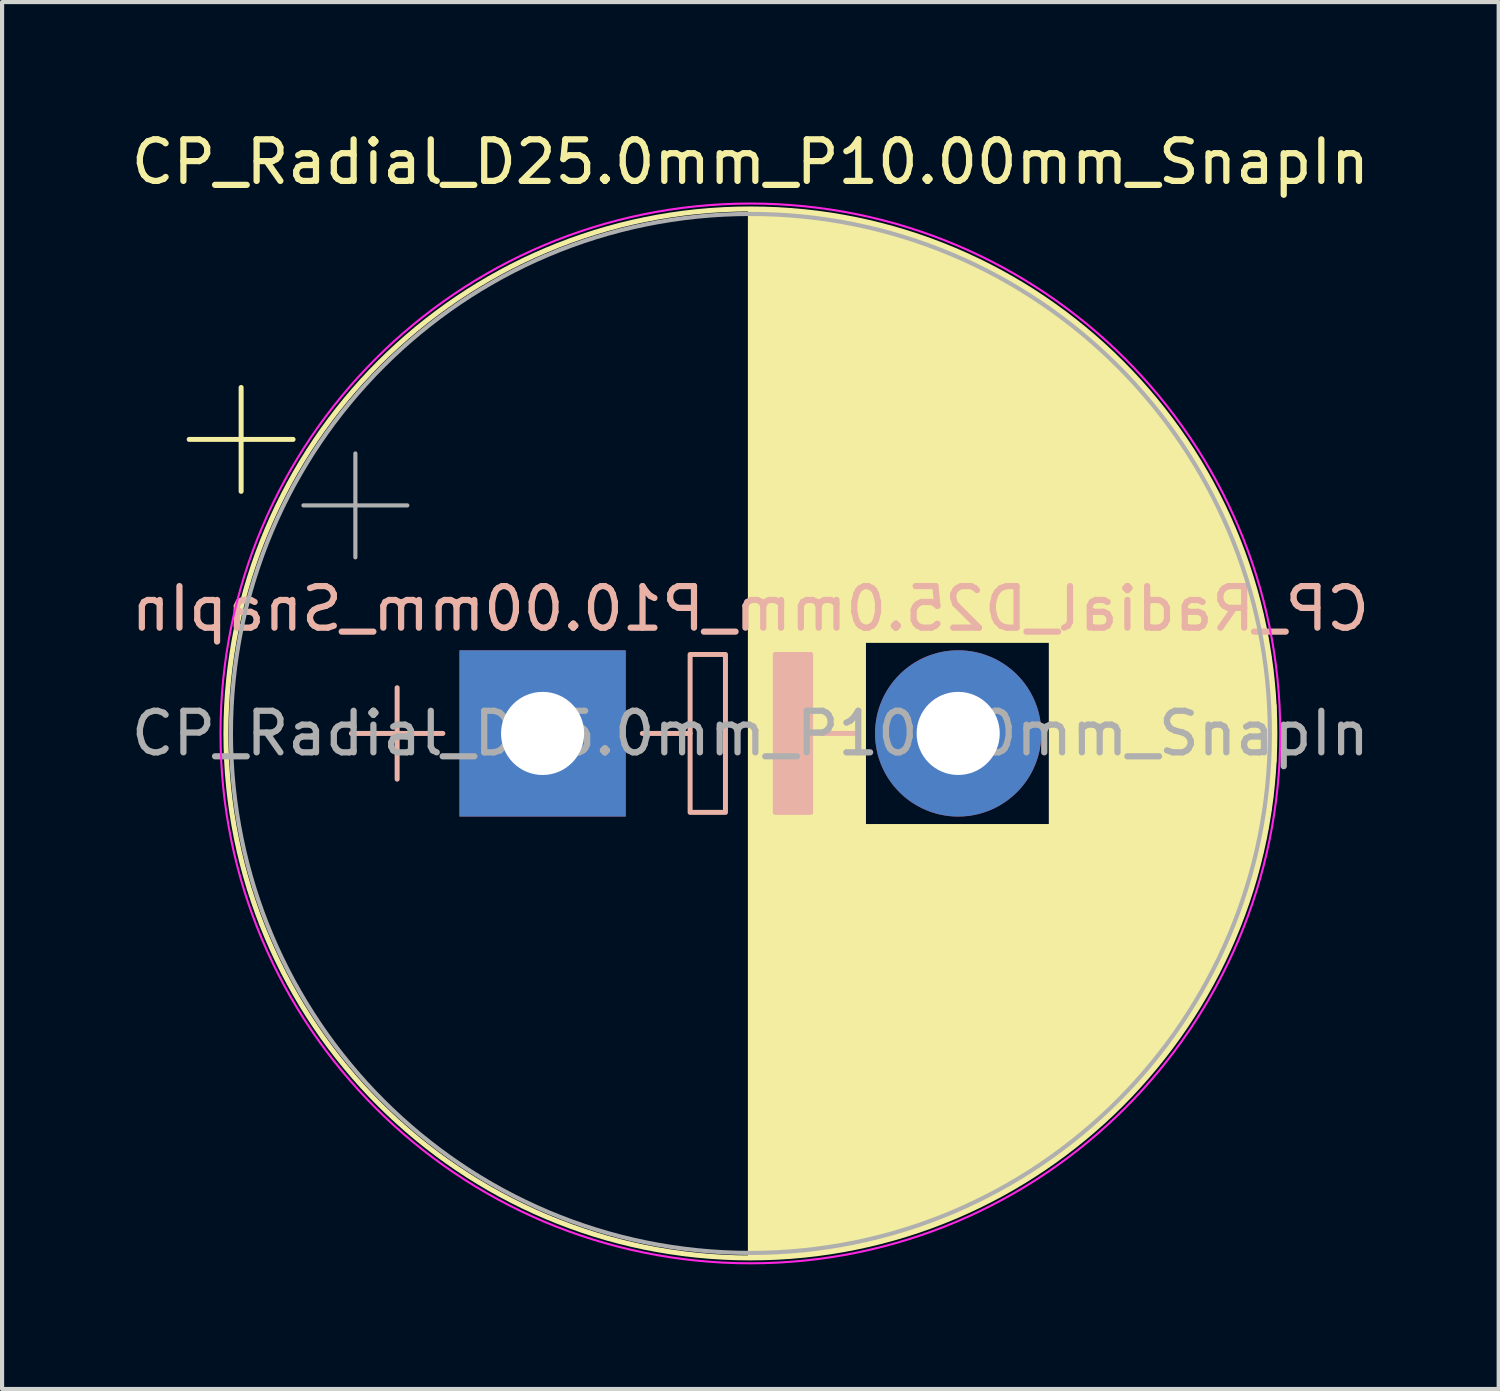
<source format=kicad_pcb>
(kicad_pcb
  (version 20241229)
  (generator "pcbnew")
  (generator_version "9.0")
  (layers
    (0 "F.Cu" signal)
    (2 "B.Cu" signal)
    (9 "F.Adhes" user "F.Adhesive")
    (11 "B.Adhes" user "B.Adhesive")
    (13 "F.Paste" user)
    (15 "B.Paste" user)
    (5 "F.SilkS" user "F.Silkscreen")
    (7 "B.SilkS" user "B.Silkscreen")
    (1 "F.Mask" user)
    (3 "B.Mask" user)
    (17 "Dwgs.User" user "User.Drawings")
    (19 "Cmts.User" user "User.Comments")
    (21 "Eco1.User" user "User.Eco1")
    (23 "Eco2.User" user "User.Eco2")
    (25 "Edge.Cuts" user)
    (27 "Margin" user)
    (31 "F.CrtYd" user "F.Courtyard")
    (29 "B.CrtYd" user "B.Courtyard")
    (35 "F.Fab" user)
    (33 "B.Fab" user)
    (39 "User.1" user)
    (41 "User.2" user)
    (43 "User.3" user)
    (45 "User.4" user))
  (footprint "CP_Radial_D25.0mm_P10.00mm_SnapIn"
    (layer "F.Cu")
    (at 10.006 14.598)
    (property "Reference" "CP_Radial_D25.0mm_P10.00mm_SnapIn" (at 5 -13.75 0) (layer "F.SilkS") (effects (font (size 1 1) (thickness 0.15))))
    (fp_line (start -8.504 -7.075) (end -6.004 -7.075) (stroke (width 0.12) (type solid)) (layer "F.SilkS"))
    (fp_line (start -7.254 -8.325) (end -7.254 -5.825) (stroke (width 0.12) (type solid)) (layer "F.SilkS"))
    (fp_line (start 5 -12.581) (end 5 12.581) (stroke (width 0.12) (type solid)) (layer "F.SilkS"))
    (fp_line (start 5.04 -12.58) (end 5.04 12.58) (stroke (width 0.12) (type solid)) (layer "F.SilkS"))
    (fp_line (start 5.08 -12.58) (end 5.08 12.58) (stroke (width 0.12) (type solid)) (layer "F.SilkS"))
    (fp_line (start 5.12 -12.58) (end 5.12 12.58) (stroke (width 0.12) (type solid)) (layer "F.SilkS"))
    (fp_line (start 5.16 -12.579) (end 5.16 12.579) (stroke (width 0.12) (type solid)) (layer "F.SilkS"))
    (fp_line (start 5.2 -12.579) (end 5.2 12.579) (stroke (width 0.12) (type solid)) (layer "F.SilkS"))
    (fp_line (start 5.24 -12.578) (end 5.24 12.578) (stroke (width 0.12) (type solid)) (layer "F.SilkS"))
    (fp_line (start 5.28 -12.577) (end 5.28 12.577) (stroke (width 0.12) (type solid)) (layer "F.SilkS"))
    (fp_line (start 5.32 -12.576) (end 5.32 12.576) (stroke (width 0.12) (type solid)) (layer "F.SilkS"))
    (fp_line (start 5.36 -12.575) (end 5.36 12.575) (stroke (width 0.12) (type solid)) (layer "F.SilkS"))
    (fp_line (start 5.4 -12.574) (end 5.4 12.574) (stroke (width 0.12) (type solid)) (layer "F.SilkS"))
    (fp_line (start 5.44 -12.573) (end 5.44 12.573) (stroke (width 0.12) (type solid)) (layer "F.SilkS"))
    (fp_line (start 5.48 -12.571) (end 5.48 12.571) (stroke (width 0.12) (type solid)) (layer "F.SilkS"))
    (fp_line (start 5.52 -12.57) (end 5.52 12.57) (stroke (width 0.12) (type solid)) (layer "F.SilkS"))
    (fp_line (start 5.56 -12.568) (end 5.56 12.568) (stroke (width 0.12) (type solid)) (layer "F.SilkS"))
    (fp_line (start 5.6 -12.566) (end 5.6 12.566) (stroke (width 0.12) (type solid)) (layer "F.SilkS"))
    (fp_line (start 5.64 -12.564) (end 5.64 12.564) (stroke (width 0.12) (type solid)) (layer "F.SilkS"))
    (fp_line (start 5.68 -12.562) (end 5.68 12.562) (stroke (width 0.12) (type solid)) (layer "F.SilkS"))
    (fp_line (start 5.721 -12.56) (end 5.721 12.56) (stroke (width 0.12) (type solid)) (layer "F.SilkS"))
    (fp_line (start 5.761 -12.558) (end 5.761 12.558) (stroke (width 0.12) (type solid)) (layer "F.SilkS"))
    (fp_line (start 5.801 -12.555) (end 5.801 12.555) (stroke (width 0.12) (type solid)) (layer "F.SilkS"))
    (fp_line (start 5.841 -12.553) (end 5.841 12.553) (stroke (width 0.12) (type solid)) (layer "F.SilkS"))
    (fp_line (start 5.881 -12.55) (end 5.881 12.55) (stroke (width 0.12) (type solid)) (layer "F.SilkS"))
    (fp_line (start 5.921 -12.547) (end 5.921 12.547) (stroke (width 0.12) (type solid)) (layer "F.SilkS"))
    (fp_line (start 5.961 -12.544) (end 5.961 12.544) (stroke (width 0.12) (type solid)) (layer "F.SilkS"))
    (fp_line (start 6.001 -12.541) (end 6.001 12.541) (stroke (width 0.12) (type solid)) (layer "F.SilkS"))
    (fp_line (start 6.041 -12.538) (end 6.041 12.538) (stroke (width 0.12) (type solid)) (layer "F.SilkS"))
    (fp_line (start 6.081 -12.534) (end 6.081 12.534) (stroke (width 0.12) (type solid)) (layer "F.SilkS"))
    (fp_line (start 6.121 -12.531) (end 6.121 12.531) (stroke (width 0.12) (type solid)) (layer "F.SilkS"))
    (fp_line (start 6.161 -12.527) (end 6.161 12.527) (stroke (width 0.12) (type solid)) (layer "F.SilkS"))
    (fp_line (start 6.201 -12.523) (end 6.201 12.523) (stroke (width 0.12) (type solid)) (layer "F.SilkS"))
    (fp_line (start 6.241 -12.519) (end 6.241 12.519) (stroke (width 0.12) (type solid)) (layer "F.SilkS"))
    (fp_line (start 6.281 -12.515) (end 6.281 12.515) (stroke (width 0.12) (type solid)) (layer "F.SilkS"))
    (fp_line (start 6.321 -12.511) (end 6.321 12.511) (stroke (width 0.12) (type solid)) (layer "F.SilkS"))
    (fp_line (start 6.361 -12.507) (end 6.361 12.507) (stroke (width 0.12) (type solid)) (layer "F.SilkS"))
    (fp_line (start 6.401 -12.503) (end 6.401 12.503) (stroke (width 0.12) (type solid)) (layer "F.SilkS"))
    (fp_line (start 6.441 -12.498) (end 6.441 12.498) (stroke (width 0.12) (type solid)) (layer "F.SilkS"))
    (fp_line (start 6.481 -12.493) (end 6.481 12.493) (stroke (width 0.12) (type solid)) (layer "F.SilkS"))
    (fp_line (start 6.521 -12.489) (end 6.521 12.489) (stroke (width 0.12) (type solid)) (layer "F.SilkS"))
    (fp_line (start 6.561 -12.484) (end 6.561 12.484) (stroke (width 0.12) (type solid)) (layer "F.SilkS"))
    (fp_line (start 6.601 -12.479) (end 6.601 12.479) (stroke (width 0.12) (type solid)) (layer "F.SilkS"))
    (fp_line (start 6.641 -12.473) (end 6.641 12.473) (stroke (width 0.12) (type solid)) (layer "F.SilkS"))
    (fp_line (start 6.681 -12.468) (end 6.681 12.468) (stroke (width 0.12) (type solid)) (layer "F.SilkS"))
    (fp_line (start 6.721 -12.463) (end 6.721 12.463) (stroke (width 0.12) (type solid)) (layer "F.SilkS"))
    (fp_line (start 6.761 -12.457) (end 6.761 12.457) (stroke (width 0.12) (type solid)) (layer "F.SilkS"))
    (fp_line (start 6.801 -12.451) (end 6.801 12.451) (stroke (width 0.12) (type solid)) (layer "F.SilkS"))
    (fp_line (start 6.841 -12.446) (end 6.841 12.446) (stroke (width 0.12) (type solid)) (layer "F.SilkS"))
    (fp_line (start 6.881 -12.44) (end 6.881 12.44) (stroke (width 0.12) (type solid)) (layer "F.SilkS"))
    (fp_line (start 6.921 -12.434) (end 6.921 12.434) (stroke (width 0.12) (type solid)) (layer "F.SilkS"))
    (fp_line (start 6.961 -12.427) (end 6.961 12.427) (stroke (width 0.12) (type solid)) (layer "F.SilkS"))
    (fp_line (start 7.001 -12.421) (end 7.001 12.421) (stroke (width 0.12) (type solid)) (layer "F.SilkS"))
    (fp_line (start 7.041 -12.415) (end 7.041 12.415) (stroke (width 0.12) (type solid)) (layer "F.SilkS"))
    (fp_line (start 7.081 -12.408) (end 7.081 12.408) (stroke (width 0.12) (type solid)) (layer "F.SilkS"))
    (fp_line (start 7.121 -12.401) (end 7.121 12.401) (stroke (width 0.12) (type solid)) (layer "F.SilkS"))
    (fp_line (start 7.161 -12.394) (end 7.161 12.394) (stroke (width 0.12) (type solid)) (layer "F.SilkS"))
    (fp_line (start 7.201 -12.387) (end 7.201 12.387) (stroke (width 0.12) (type solid)) (layer "F.SilkS"))
    (fp_line (start 7.241 -12.38) (end 7.241 12.38) (stroke (width 0.12) (type solid)) (layer "F.SilkS"))
    (fp_line (start 7.281 -12.373) (end 7.281 12.373) (stroke (width 0.12) (type solid)) (layer "F.SilkS"))
    (fp_line (start 7.321 -12.365) (end 7.321 12.365) (stroke (width 0.12) (type solid)) (layer "F.SilkS"))
    (fp_line (start 7.361 -12.358) (end 7.361 12.358) (stroke (width 0.12) (type solid)) (layer "F.SilkS"))
    (fp_line (start 7.401 -12.35) (end 7.401 12.35) (stroke (width 0.12) (type solid)) (layer "F.SilkS"))
    (fp_line (start 7.441 -12.342) (end 7.441 12.342) (stroke (width 0.12) (type solid)) (layer "F.SilkS"))
    (fp_line (start 7.481 -12.334) (end 7.481 12.334) (stroke (width 0.12) (type solid)) (layer "F.SilkS"))
    (fp_line (start 7.521 -12.326) (end 7.521 12.326) (stroke (width 0.12) (type solid)) (layer "F.SilkS"))
    (fp_line (start 7.561 -12.318) (end 7.561 12.318) (stroke (width 0.12) (type solid)) (layer "F.SilkS"))
    (fp_line (start 7.601 -12.31) (end 7.601 12.31) (stroke (width 0.12) (type solid)) (layer "F.SilkS"))
    (fp_line (start 7.641 -12.301) (end 7.641 12.301) (stroke (width 0.12) (type solid)) (layer "F.SilkS"))
    (fp_line (start 7.681 -12.293) (end 7.681 12.293) (stroke (width 0.12) (type solid)) (layer "F.SilkS"))
    (fp_line (start 7.721 -12.284) (end 7.721 12.284) (stroke (width 0.12) (type solid)) (layer "F.SilkS"))
    (fp_line (start 7.761 -12.275) (end 7.761 -2.24) (stroke (width 0.12) (type solid)) (layer "F.SilkS"))
    (fp_line (start 7.761 2.24) (end 7.761 12.275) (stroke (width 0.12) (type solid)) (layer "F.SilkS"))
    (fp_line (start 7.801 -12.266) (end 7.801 -2.24) (stroke (width 0.12) (type solid)) (layer "F.SilkS"))
    (fp_line (start 7.801 2.24) (end 7.801 12.266) (stroke (width 0.12) (type solid)) (layer "F.SilkS"))
    (fp_line (start 7.841 -12.257) (end 7.841 -2.24) (stroke (width 0.12) (type solid)) (layer "F.SilkS"))
    (fp_line (start 7.841 2.24) (end 7.841 12.257) (stroke (width 0.12) (type solid)) (layer "F.SilkS"))
    (fp_line (start 7.881 -12.247) (end 7.881 -2.24) (stroke (width 0.12) (type solid)) (layer "F.SilkS"))
    (fp_line (start 7.881 2.24) (end 7.881 12.247) (stroke (width 0.12) (type solid)) (layer "F.SilkS"))
    (fp_line (start 7.921 -12.238) (end 7.921 -2.24) (stroke (width 0.12) (type solid)) (layer "F.SilkS"))
    (fp_line (start 7.921 2.24) (end 7.921 12.238) (stroke (width 0.12) (type solid)) (layer "F.SilkS"))
    (fp_line (start 7.961 -12.228) (end 7.961 -2.24) (stroke (width 0.12) (type solid)) (layer "F.SilkS"))
    (fp_line (start 7.961 2.24) (end 7.961 12.228) (stroke (width 0.12) (type solid)) (layer "F.SilkS"))
    (fp_line (start 8.001 -12.219) (end 8.001 -2.24) (stroke (width 0.12) (type solid)) (layer "F.SilkS"))
    (fp_line (start 8.001 2.24) (end 8.001 12.219) (stroke (width 0.12) (type solid)) (layer "F.SilkS"))
    (fp_line (start 8.041 -12.209) (end 8.041 -2.24) (stroke (width 0.12) (type solid)) (layer "F.SilkS"))
    (fp_line (start 8.041 2.24) (end 8.041 12.209) (stroke (width 0.12) (type solid)) (layer "F.SilkS"))
    (fp_line (start 8.081 -12.199) (end 8.081 -2.24) (stroke (width 0.12) (type solid)) (layer "F.SilkS"))
    (fp_line (start 8.081 2.24) (end 8.081 12.199) (stroke (width 0.12) (type solid)) (layer "F.SilkS"))
    (fp_line (start 8.121 -12.189) (end 8.121 -2.24) (stroke (width 0.12) (type solid)) (layer "F.SilkS"))
    (fp_line (start 8.121 2.24) (end 8.121 12.189) (stroke (width 0.12) (type solid)) (layer "F.SilkS"))
    (fp_line (start 8.161 -12.178) (end 8.161 -2.24) (stroke (width 0.12) (type solid)) (layer "F.SilkS"))
    (fp_line (start 8.161 2.24) (end 8.161 12.178) (stroke (width 0.12) (type solid)) (layer "F.SilkS"))
    (fp_line (start 8.201 -12.168) (end 8.201 -2.24) (stroke (width 0.12) (type solid)) (layer "F.SilkS"))
    (fp_line (start 8.201 2.24) (end 8.201 12.168) (stroke (width 0.12) (type solid)) (layer "F.SilkS"))
    (fp_line (start 8.241 -12.157) (end 8.241 -2.24) (stroke (width 0.12) (type solid)) (layer "F.SilkS"))
    (fp_line (start 8.241 2.24) (end 8.241 12.157) (stroke (width 0.12) (type solid)) (layer "F.SilkS"))
    (fp_line (start 8.281 -12.147) (end 8.281 -2.24) (stroke (width 0.12) (type solid)) (layer "F.SilkS"))
    (fp_line (start 8.281 2.24) (end 8.281 12.147) (stroke (width 0.12) (type solid)) (layer "F.SilkS"))
    (fp_line (start 8.321 -12.136) (end 8.321 -2.24) (stroke (width 0.12) (type solid)) (layer "F.SilkS"))
    (fp_line (start 8.321 2.24) (end 8.321 12.136) (stroke (width 0.12) (type solid)) (layer "F.SilkS"))
    (fp_line (start 8.361 -12.125) (end 8.361 -2.24) (stroke (width 0.12) (type solid)) (layer "F.SilkS"))
    (fp_line (start 8.361 2.24) (end 8.361 12.125) (stroke (width 0.12) (type solid)) (layer "F.SilkS"))
    (fp_line (start 8.401 -12.114) (end 8.401 -2.24) (stroke (width 0.12) (type solid)) (layer "F.SilkS"))
    (fp_line (start 8.401 2.24) (end 8.401 12.114) (stroke (width 0.12) (type solid)) (layer "F.SilkS"))
    (fp_line (start 8.441 -12.103) (end 8.441 -2.24) (stroke (width 0.12) (type solid)) (layer "F.SilkS"))
    (fp_line (start 8.441 2.24) (end 8.441 12.103) (stroke (width 0.12) (type solid)) (layer "F.SilkS"))
    (fp_line (start 8.481 -12.091) (end 8.481 -2.24) (stroke (width 0.12) (type solid)) (layer "F.SilkS"))
    (fp_line (start 8.481 2.24) (end 8.481 12.091) (stroke (width 0.12) (type solid)) (layer "F.SilkS"))
    (fp_line (start 8.521 -12.08) (end 8.521 -2.24) (stroke (width 0.12) (type solid)) (layer "F.SilkS"))
    (fp_line (start 8.521 2.24) (end 8.521 12.08) (stroke (width 0.12) (type solid)) (layer "F.SilkS"))
    (fp_line (start 8.561 -12.068) (end 8.561 -2.24) (stroke (width 0.12) (type solid)) (layer "F.SilkS"))
    (fp_line (start 8.561 2.24) (end 8.561 12.068) (stroke (width 0.12) (type solid)) (layer "F.SilkS"))
    (fp_line (start 8.601 -12.056) (end 8.601 -2.24) (stroke (width 0.12) (type solid)) (layer "F.SilkS"))
    (fp_line (start 8.601 2.24) (end 8.601 12.056) (stroke (width 0.12) (type solid)) (layer "F.SilkS"))
    (fp_line (start 8.641 -12.044) (end 8.641 -2.24) (stroke (width 0.12) (type solid)) (layer "F.SilkS"))
    (fp_line (start 8.641 2.24) (end 8.641 12.044) (stroke (width 0.12) (type solid)) (layer "F.SilkS"))
    (fp_line (start 8.681 -12.032) (end 8.681 -2.24) (stroke (width 0.12) (type solid)) (layer "F.SilkS"))
    (fp_line (start 8.681 2.24) (end 8.681 12.032) (stroke (width 0.12) (type solid)) (layer "F.SilkS"))
    (fp_line (start 8.721 -12.02) (end 8.721 -2.24) (stroke (width 0.12) (type solid)) (layer "F.SilkS"))
    (fp_line (start 8.721 2.24) (end 8.721 12.02) (stroke (width 0.12) (type solid)) (layer "F.SilkS"))
    (fp_line (start 8.761 -12.007) (end 8.761 -2.24) (stroke (width 0.12) (type solid)) (layer "F.SilkS"))
    (fp_line (start 8.761 2.24) (end 8.761 12.007) (stroke (width 0.12) (type solid)) (layer "F.SilkS"))
    (fp_line (start 8.801 -11.995) (end 8.801 -2.24) (stroke (width 0.12) (type solid)) (layer "F.SilkS"))
    (fp_line (start 8.801 2.24) (end 8.801 11.995) (stroke (width 0.12) (type solid)) (layer "F.SilkS"))
    (fp_line (start 8.841 -11.982) (end 8.841 -2.24) (stroke (width 0.12) (type solid)) (layer "F.SilkS"))
    (fp_line (start 8.841 2.24) (end 8.841 11.982) (stroke (width 0.12) (type solid)) (layer "F.SilkS"))
    (fp_line (start 8.881 -11.969) (end 8.881 -2.24) (stroke (width 0.12) (type solid)) (layer "F.SilkS"))
    (fp_line (start 8.881 2.24) (end 8.881 11.969) (stroke (width 0.12) (type solid)) (layer "F.SilkS"))
    (fp_line (start 8.921 -11.956) (end 8.921 -2.24) (stroke (width 0.12) (type solid)) (layer "F.SilkS"))
    (fp_line (start 8.921 2.24) (end 8.921 11.956) (stroke (width 0.12) (type solid)) (layer "F.SilkS"))
    (fp_line (start 8.961 -11.943) (end 8.961 -2.24) (stroke (width 0.12) (type solid)) (layer "F.SilkS"))
    (fp_line (start 8.961 2.24) (end 8.961 11.943) (stroke (width 0.12) (type solid)) (layer "F.SilkS"))
    (fp_line (start 9.001 -11.93) (end 9.001 -2.24) (stroke (width 0.12) (type solid)) (layer "F.SilkS"))
    (fp_line (start 9.001 2.24) (end 9.001 11.93) (stroke (width 0.12) (type solid)) (layer "F.SilkS"))
    (fp_line (start 9.041 -11.916) (end 9.041 -2.24) (stroke (width 0.12) (type solid)) (layer "F.SilkS"))
    (fp_line (start 9.041 2.24) (end 9.041 11.916) (stroke (width 0.12) (type solid)) (layer "F.SilkS"))
    (fp_line (start 9.081 -11.903) (end 9.081 -2.24) (stroke (width 0.12) (type solid)) (layer "F.SilkS"))
    (fp_line (start 9.081 2.24) (end 9.081 11.903) (stroke (width 0.12) (type solid)) (layer "F.SilkS"))
    (fp_line (start 9.121 -11.889) (end 9.121 -2.24) (stroke (width 0.12) (type solid)) (layer "F.SilkS"))
    (fp_line (start 9.121 2.24) (end 9.121 11.889) (stroke (width 0.12) (type solid)) (layer "F.SilkS"))
    (fp_line (start 9.161 -11.875) (end 9.161 -2.24) (stroke (width 0.12) (type solid)) (layer "F.SilkS"))
    (fp_line (start 9.161 2.24) (end 9.161 11.875) (stroke (width 0.12) (type solid)) (layer "F.SilkS"))
    (fp_line (start 9.201 -11.861) (end 9.201 -2.24) (stroke (width 0.12) (type solid)) (layer "F.SilkS"))
    (fp_line (start 9.201 2.24) (end 9.201 11.861) (stroke (width 0.12) (type solid)) (layer "F.SilkS"))
    (fp_line (start 9.241 -11.847) (end 9.241 -2.24) (stroke (width 0.12) (type solid)) (layer "F.SilkS"))
    (fp_line (start 9.241 2.24) (end 9.241 11.847) (stroke (width 0.12) (type solid)) (layer "F.SilkS"))
    (fp_line (start 9.281 -11.833) (end 9.281 -2.24) (stroke (width 0.12) (type solid)) (layer "F.SilkS"))
    (fp_line (start 9.281 2.24) (end 9.281 11.833) (stroke (width 0.12) (type solid)) (layer "F.SilkS"))
    (fp_line (start 9.321 -11.818) (end 9.321 -2.24) (stroke (width 0.12) (type solid)) (layer "F.SilkS"))
    (fp_line (start 9.321 2.24) (end 9.321 11.818) (stroke (width 0.12) (type solid)) (layer "F.SilkS"))
    (fp_line (start 9.361 -11.803) (end 9.361 -2.24) (stroke (width 0.12) (type solid)) (layer "F.SilkS"))
    (fp_line (start 9.361 2.24) (end 9.361 11.803) (stroke (width 0.12) (type solid)) (layer "F.SilkS"))
    (fp_line (start 9.401 -11.789) (end 9.401 -2.24) (stroke (width 0.12) (type solid)) (layer "F.SilkS"))
    (fp_line (start 9.401 2.24) (end 9.401 11.789) (stroke (width 0.12) (type solid)) (layer "F.SilkS"))
    (fp_line (start 9.441 -11.774) (end 9.441 -2.24) (stroke (width 0.12) (type solid)) (layer "F.SilkS"))
    (fp_line (start 9.441 2.24) (end 9.441 11.774) (stroke (width 0.12) (type solid)) (layer "F.SilkS"))
    (fp_line (start 9.481 -11.759) (end 9.481 -2.24) (stroke (width 0.12) (type solid)) (layer "F.SilkS"))
    (fp_line (start 9.481 2.24) (end 9.481 11.759) (stroke (width 0.12) (type solid)) (layer "F.SilkS"))
    (fp_line (start 9.521 -11.743) (end 9.521 -2.24) (stroke (width 0.12) (type solid)) (layer "F.SilkS"))
    (fp_line (start 9.521 2.24) (end 9.521 11.743) (stroke (width 0.12) (type solid)) (layer "F.SilkS"))
    (fp_line (start 9.561 -11.728) (end 9.561 -2.24) (stroke (width 0.12) (type solid)) (layer "F.SilkS"))
    (fp_line (start 9.561 2.24) (end 9.561 11.728) (stroke (width 0.12) (type solid)) (layer "F.SilkS"))
    (fp_line (start 9.601 -11.712) (end 9.601 -2.24) (stroke (width 0.12) (type solid)) (layer "F.SilkS"))
    (fp_line (start 9.601 2.24) (end 9.601 11.712) (stroke (width 0.12) (type solid)) (layer "F.SilkS"))
    (fp_line (start 9.641 -11.697) (end 9.641 -2.24) (stroke (width 0.12) (type solid)) (layer "F.SilkS"))
    (fp_line (start 9.641 2.24) (end 9.641 11.697) (stroke (width 0.12) (type solid)) (layer "F.SilkS"))
    (fp_line (start 9.681 -11.681) (end 9.681 -2.24) (stroke (width 0.12) (type solid)) (layer "F.SilkS"))
    (fp_line (start 9.681 2.24) (end 9.681 11.681) (stroke (width 0.12) (type solid)) (layer "F.SilkS"))
    (fp_line (start 9.721 -11.665) (end 9.721 -2.24) (stroke (width 0.12) (type solid)) (layer "F.SilkS"))
    (fp_line (start 9.721 2.24) (end 9.721 11.665) (stroke (width 0.12) (type solid)) (layer "F.SilkS"))
    (fp_line (start 9.761 -11.648) (end 9.761 -2.24) (stroke (width 0.12) (type solid)) (layer "F.SilkS"))
    (fp_line (start 9.761 2.24) (end 9.761 11.648) (stroke (width 0.12) (type solid)) (layer "F.SilkS"))
    (fp_line (start 9.801 -11.632) (end 9.801 -2.24) (stroke (width 0.12) (type solid)) (layer "F.SilkS"))
    (fp_line (start 9.801 2.24) (end 9.801 11.632) (stroke (width 0.12) (type solid)) (layer "F.SilkS"))
    (fp_line (start 9.841 -11.615) (end 9.841 -2.24) (stroke (width 0.12) (type solid)) (layer "F.SilkS"))
    (fp_line (start 9.841 2.24) (end 9.841 11.615) (stroke (width 0.12) (type solid)) (layer "F.SilkS"))
    (fp_line (start 9.881 -11.599) (end 9.881 -2.24) (stroke (width 0.12) (type solid)) (layer "F.SilkS"))
    (fp_line (start 9.881 2.24) (end 9.881 11.599) (stroke (width 0.12) (type solid)) (layer "F.SilkS"))
    (fp_line (start 9.921 -11.582) (end 9.921 -2.24) (stroke (width 0.12) (type solid)) (layer "F.SilkS"))
    (fp_line (start 9.921 2.24) (end 9.921 11.582) (stroke (width 0.12) (type solid)) (layer "F.SilkS"))
    (fp_line (start 9.961 -11.565) (end 9.961 -2.24) (stroke (width 0.12) (type solid)) (layer "F.SilkS"))
    (fp_line (start 9.961 2.24) (end 9.961 11.565) (stroke (width 0.12) (type solid)) (layer "F.SilkS"))
    (fp_line (start 10.001 -11.548) (end 10.001 -2.24) (stroke (width 0.12) (type solid)) (layer "F.SilkS"))
    (fp_line (start 10.001 2.24) (end 10.001 11.548) (stroke (width 0.12) (type solid)) (layer "F.SilkS"))
    (fp_line (start 10.041 -11.53) (end 10.041 -2.24) (stroke (width 0.12) (type solid)) (layer "F.SilkS"))
    (fp_line (start 10.041 2.24) (end 10.041 11.53) (stroke (width 0.12) (type solid)) (layer "F.SilkS"))
    (fp_line (start 10.081 -11.513) (end 10.081 -2.24) (stroke (width 0.12) (type solid)) (layer "F.SilkS"))
    (fp_line (start 10.081 2.24) (end 10.081 11.513) (stroke (width 0.12) (type solid)) (layer "F.SilkS"))
    (fp_line (start 10.121 -11.495) (end 10.121 -2.24) (stroke (width 0.12) (type solid)) (layer "F.SilkS"))
    (fp_line (start 10.121 2.24) (end 10.121 11.495) (stroke (width 0.12) (type solid)) (layer "F.SilkS"))
    (fp_line (start 10.161 -11.477) (end 10.161 -2.24) (stroke (width 0.12) (type solid)) (layer "F.SilkS"))
    (fp_line (start 10.161 2.24) (end 10.161 11.477) (stroke (width 0.12) (type solid)) (layer "F.SilkS"))
    (fp_line (start 10.201 -11.459) (end 10.201 -2.24) (stroke (width 0.12) (type solid)) (layer "F.SilkS"))
    (fp_line (start 10.201 2.24) (end 10.201 11.459) (stroke (width 0.12) (type solid)) (layer "F.SilkS"))
    (fp_line (start 10.241 -11.441) (end 10.241 -2.24) (stroke (width 0.12) (type solid)) (layer "F.SilkS"))
    (fp_line (start 10.241 2.24) (end 10.241 11.441) (stroke (width 0.12) (type solid)) (layer "F.SilkS"))
    (fp_line (start 10.281 -11.423) (end 10.281 -2.24) (stroke (width 0.12) (type solid)) (layer "F.SilkS"))
    (fp_line (start 10.281 2.24) (end 10.281 11.423) (stroke (width 0.12) (type solid)) (layer "F.SilkS"))
    (fp_line (start 10.321 -11.404) (end 10.321 -2.24) (stroke (width 0.12) (type solid)) (layer "F.SilkS"))
    (fp_line (start 10.321 2.24) (end 10.321 11.404) (stroke (width 0.12) (type solid)) (layer "F.SilkS"))
    (fp_line (start 10.361 -11.386) (end 10.361 -2.24) (stroke (width 0.12) (type solid)) (layer "F.SilkS"))
    (fp_line (start 10.361 2.24) (end 10.361 11.386) (stroke (width 0.12) (type solid)) (layer "F.SilkS"))
    (fp_line (start 10.401 -11.367) (end 10.401 -2.24) (stroke (width 0.12) (type solid)) (layer "F.SilkS"))
    (fp_line (start 10.401 2.24) (end 10.401 11.367) (stroke (width 0.12) (type solid)) (layer "F.SilkS"))
    (fp_line (start 10.441 -11.348) (end 10.441 -2.24) (stroke (width 0.12) (type solid)) (layer "F.SilkS"))
    (fp_line (start 10.441 2.24) (end 10.441 11.348) (stroke (width 0.12) (type solid)) (layer "F.SilkS"))
    (fp_line (start 10.481 -11.329) (end 10.481 -2.24) (stroke (width 0.12) (type solid)) (layer "F.SilkS"))
    (fp_line (start 10.481 2.24) (end 10.481 11.329) (stroke (width 0.12) (type solid)) (layer "F.SilkS"))
    (fp_line (start 10.521 -11.309) (end 10.521 -2.24) (stroke (width 0.12) (type solid)) (layer "F.SilkS"))
    (fp_line (start 10.521 2.24) (end 10.521 11.309) (stroke (width 0.12) (type solid)) (layer "F.SilkS"))
    (fp_line (start 10.561 -11.29) (end 10.561 -2.24) (stroke (width 0.12) (type solid)) (layer "F.SilkS"))
    (fp_line (start 10.561 2.24) (end 10.561 11.29) (stroke (width 0.12) (type solid)) (layer "F.SilkS"))
    (fp_line (start 10.601 -11.27) (end 10.601 -2.24) (stroke (width 0.12) (type solid)) (layer "F.SilkS"))
    (fp_line (start 10.601 2.24) (end 10.601 11.27) (stroke (width 0.12) (type solid)) (layer "F.SilkS"))
    (fp_line (start 10.641 -11.25) (end 10.641 -2.24) (stroke (width 0.12) (type solid)) (layer "F.SilkS"))
    (fp_line (start 10.641 2.24) (end 10.641 11.25) (stroke (width 0.12) (type solid)) (layer "F.SilkS"))
    (fp_line (start 10.681 -11.23) (end 10.681 -2.24) (stroke (width 0.12) (type solid)) (layer "F.SilkS"))
    (fp_line (start 10.681 2.24) (end 10.681 11.23) (stroke (width 0.12) (type solid)) (layer "F.SilkS"))
    (fp_line (start 10.721 -11.21) (end 10.721 -2.24) (stroke (width 0.12) (type solid)) (layer "F.SilkS"))
    (fp_line (start 10.721 2.24) (end 10.721 11.21) (stroke (width 0.12) (type solid)) (layer "F.SilkS"))
    (fp_line (start 10.761 -11.189) (end 10.761 -2.24) (stroke (width 0.12) (type solid)) (layer "F.SilkS"))
    (fp_line (start 10.761 2.24) (end 10.761 11.189) (stroke (width 0.12) (type solid)) (layer "F.SilkS"))
    (fp_line (start 10.801 -11.169) (end 10.801 -2.24) (stroke (width 0.12) (type solid)) (layer "F.SilkS"))
    (fp_line (start 10.801 2.24) (end 10.801 11.169) (stroke (width 0.12) (type solid)) (layer "F.SilkS"))
    (fp_line (start 10.841 -11.148) (end 10.841 -2.24) (stroke (width 0.12) (type solid)) (layer "F.SilkS"))
    (fp_line (start 10.841 2.24) (end 10.841 11.148) (stroke (width 0.12) (type solid)) (layer "F.SilkS"))
    (fp_line (start 10.881 -11.127) (end 10.881 -2.24) (stroke (width 0.12) (type solid)) (layer "F.SilkS"))
    (fp_line (start 10.881 2.24) (end 10.881 11.127) (stroke (width 0.12) (type solid)) (layer "F.SilkS"))
    (fp_line (start 10.921 -11.106) (end 10.921 -2.24) (stroke (width 0.12) (type solid)) (layer "F.SilkS"))
    (fp_line (start 10.921 2.24) (end 10.921 11.106) (stroke (width 0.12) (type solid)) (layer "F.SilkS"))
    (fp_line (start 10.961 -11.084) (end 10.961 -2.24) (stroke (width 0.12) (type solid)) (layer "F.SilkS"))
    (fp_line (start 10.961 2.24) (end 10.961 11.084) (stroke (width 0.12) (type solid)) (layer "F.SilkS"))
    (fp_line (start 11.001 -11.063) (end 11.001 -2.24) (stroke (width 0.12) (type solid)) (layer "F.SilkS"))
    (fp_line (start 11.001 2.24) (end 11.001 11.063) (stroke (width 0.12) (type solid)) (layer "F.SilkS"))
    (fp_line (start 11.041 -11.041) (end 11.041 -2.24) (stroke (width 0.12) (type solid)) (layer "F.SilkS"))
    (fp_line (start 11.041 2.24) (end 11.041 11.041) (stroke (width 0.12) (type solid)) (layer "F.SilkS"))
    (fp_line (start 11.081 -11.019) (end 11.081 -2.24) (stroke (width 0.12) (type solid)) (layer "F.SilkS"))
    (fp_line (start 11.081 2.24) (end 11.081 11.019) (stroke (width 0.12) (type solid)) (layer "F.SilkS"))
    (fp_line (start 11.121 -10.997) (end 11.121 -2.24) (stroke (width 0.12) (type solid)) (layer "F.SilkS"))
    (fp_line (start 11.121 2.24) (end 11.121 10.997) (stroke (width 0.12) (type solid)) (layer "F.SilkS"))
    (fp_line (start 11.161 -10.975) (end 11.161 -2.24) (stroke (width 0.12) (type solid)) (layer "F.SilkS"))
    (fp_line (start 11.161 2.24) (end 11.161 10.975) (stroke (width 0.12) (type solid)) (layer "F.SilkS"))
    (fp_line (start 11.201 -10.953) (end 11.201 -2.24) (stroke (width 0.12) (type solid)) (layer "F.SilkS"))
    (fp_line (start 11.201 2.24) (end 11.201 10.953) (stroke (width 0.12) (type solid)) (layer "F.SilkS"))
    (fp_line (start 11.241 -10.93) (end 11.241 -2.24) (stroke (width 0.12) (type solid)) (layer "F.SilkS"))
    (fp_line (start 11.241 2.24) (end 11.241 10.93) (stroke (width 0.12) (type solid)) (layer "F.SilkS"))
    (fp_line (start 11.281 -10.907) (end 11.281 -2.24) (stroke (width 0.12) (type solid)) (layer "F.SilkS"))
    (fp_line (start 11.281 2.24) (end 11.281 10.907) (stroke (width 0.12) (type solid)) (layer "F.SilkS"))
    (fp_line (start 11.321 -10.884) (end 11.321 -2.24) (stroke (width 0.12) (type solid)) (layer "F.SilkS"))
    (fp_line (start 11.321 2.24) (end 11.321 10.884) (stroke (width 0.12) (type solid)) (layer "F.SilkS"))
    (fp_line (start 11.361 -10.861) (end 11.361 -2.24) (stroke (width 0.12) (type solid)) (layer "F.SilkS"))
    (fp_line (start 11.361 2.24) (end 11.361 10.861) (stroke (width 0.12) (type solid)) (layer "F.SilkS"))
    (fp_line (start 11.401 -10.837) (end 11.401 -2.24) (stroke (width 0.12) (type solid)) (layer "F.SilkS"))
    (fp_line (start 11.401 2.24) (end 11.401 10.837) (stroke (width 0.12) (type solid)) (layer "F.SilkS"))
    (fp_line (start 11.441 -10.814) (end 11.441 -2.24) (stroke (width 0.12) (type solid)) (layer "F.SilkS"))
    (fp_line (start 11.441 2.24) (end 11.441 10.814) (stroke (width 0.12) (type solid)) (layer "F.SilkS"))
    (fp_line (start 11.481 -10.79) (end 11.481 -2.24) (stroke (width 0.12) (type solid)) (layer "F.SilkS"))
    (fp_line (start 11.481 2.24) (end 11.481 10.79) (stroke (width 0.12) (type solid)) (layer "F.SilkS"))
    (fp_line (start 11.521 -10.766) (end 11.521 -2.24) (stroke (width 0.12) (type solid)) (layer "F.SilkS"))
    (fp_line (start 11.521 2.24) (end 11.521 10.766) (stroke (width 0.12) (type solid)) (layer "F.SilkS"))
    (fp_line (start 11.561 -10.742) (end 11.561 -2.24) (stroke (width 0.12) (type solid)) (layer "F.SilkS"))
    (fp_line (start 11.561 2.24) (end 11.561 10.742) (stroke (width 0.12) (type solid)) (layer "F.SilkS"))
    (fp_line (start 11.601 -10.717) (end 11.601 -2.24) (stroke (width 0.12) (type solid)) (layer "F.SilkS"))
    (fp_line (start 11.601 2.24) (end 11.601 10.717) (stroke (width 0.12) (type solid)) (layer "F.SilkS"))
    (fp_line (start 11.641 -10.692) (end 11.641 -2.24) (stroke (width 0.12) (type solid)) (layer "F.SilkS"))
    (fp_line (start 11.641 2.24) (end 11.641 10.692) (stroke (width 0.12) (type solid)) (layer "F.SilkS"))
    (fp_line (start 11.681 -10.668) (end 11.681 -2.24) (stroke (width 0.12) (type solid)) (layer "F.SilkS"))
    (fp_line (start 11.681 2.24) (end 11.681 10.668) (stroke (width 0.12) (type solid)) (layer "F.SilkS"))
    (fp_line (start 11.721 -10.643) (end 11.721 -2.24) (stroke (width 0.12) (type solid)) (layer "F.SilkS"))
    (fp_line (start 11.721 2.24) (end 11.721 10.643) (stroke (width 0.12) (type solid)) (layer "F.SilkS"))
    (fp_line (start 11.761 -10.617) (end 11.761 -2.24) (stroke (width 0.12) (type solid)) (layer "F.SilkS"))
    (fp_line (start 11.761 2.24) (end 11.761 10.617) (stroke (width 0.12) (type solid)) (layer "F.SilkS"))
    (fp_line (start 11.801 -10.592) (end 11.801 -2.24) (stroke (width 0.12) (type solid)) (layer "F.SilkS"))
    (fp_line (start 11.801 2.24) (end 11.801 10.592) (stroke (width 0.12) (type solid)) (layer "F.SilkS"))
    (fp_line (start 11.841 -10.566) (end 11.841 -2.24) (stroke (width 0.12) (type solid)) (layer "F.SilkS"))
    (fp_line (start 11.841 2.24) (end 11.841 10.566) (stroke (width 0.12) (type solid)) (layer "F.SilkS"))
    (fp_line (start 11.881 -10.54) (end 11.881 -2.24) (stroke (width 0.12) (type solid)) (layer "F.SilkS"))
    (fp_line (start 11.881 2.24) (end 11.881 10.54) (stroke (width 0.12) (type solid)) (layer "F.SilkS"))
    (fp_line (start 11.921 -10.514) (end 11.921 -2.24) (stroke (width 0.12) (type solid)) (layer "F.SilkS"))
    (fp_line (start 11.921 2.24) (end 11.921 10.514) (stroke (width 0.12) (type solid)) (layer "F.SilkS"))
    (fp_line (start 11.961 -10.488) (end 11.961 -2.24) (stroke (width 0.12) (type solid)) (layer "F.SilkS"))
    (fp_line (start 11.961 2.24) (end 11.961 10.488) (stroke (width 0.12) (type solid)) (layer "F.SilkS"))
    (fp_line (start 12.001 -10.461) (end 12.001 -2.24) (stroke (width 0.12) (type solid)) (layer "F.SilkS"))
    (fp_line (start 12.001 2.24) (end 12.001 10.461) (stroke (width 0.12) (type solid)) (layer "F.SilkS"))
    (fp_line (start 12.041 -10.434) (end 12.041 -2.24) (stroke (width 0.12) (type solid)) (layer "F.SilkS"))
    (fp_line (start 12.041 2.24) (end 12.041 10.434) (stroke (width 0.12) (type solid)) (layer "F.SilkS"))
    (fp_line (start 12.081 -10.407) (end 12.081 -2.24) (stroke (width 0.12) (type solid)) (layer "F.SilkS"))
    (fp_line (start 12.081 2.24) (end 12.081 10.407) (stroke (width 0.12) (type solid)) (layer "F.SilkS"))
    (fp_line (start 12.121 -10.38) (end 12.121 -2.24) (stroke (width 0.12) (type solid)) (layer "F.SilkS"))
    (fp_line (start 12.121 2.24) (end 12.121 10.38) (stroke (width 0.12) (type solid)) (layer "F.SilkS"))
    (fp_line (start 12.161 -10.353) (end 12.161 -2.24) (stroke (width 0.12) (type solid)) (layer "F.SilkS"))
    (fp_line (start 12.161 2.24) (end 12.161 10.353) (stroke (width 0.12) (type solid)) (layer "F.SilkS"))
    (fp_line (start 12.201 -10.325) (end 12.201 -2.24) (stroke (width 0.12) (type solid)) (layer "F.SilkS"))
    (fp_line (start 12.201 2.24) (end 12.201 10.325) (stroke (width 0.12) (type solid)) (layer "F.SilkS"))
    (fp_line (start 12.241 -10.297) (end 12.241 10.297) (stroke (width 0.12) (type solid)) (layer "F.SilkS"))
    (fp_line (start 12.281 -10.269) (end 12.281 10.269) (stroke (width 0.12) (type solid)) (layer "F.SilkS"))
    (fp_line (start 12.321 -10.241) (end 12.321 10.241) (stroke (width 0.12) (type solid)) (layer "F.SilkS"))
    (fp_line (start 12.361 -10.212) (end 12.361 10.212) (stroke (width 0.12) (type solid)) (layer "F.SilkS"))
    (fp_line (start 12.401 -10.183) (end 12.401 10.183) (stroke (width 0.12) (type solid)) (layer "F.SilkS"))
    (fp_line (start 12.441 -10.154) (end 12.441 10.154) (stroke (width 0.12) (type solid)) (layer "F.SilkS"))
    (fp_line (start 12.481 -10.125) (end 12.481 10.125) (stroke (width 0.12) (type solid)) (layer "F.SilkS"))
    (fp_line (start 12.521 -10.095) (end 12.521 10.095) (stroke (width 0.12) (type solid)) (layer "F.SilkS"))
    (fp_line (start 12.561 -10.065) (end 12.561 10.065) (stroke (width 0.12) (type solid)) (layer "F.SilkS"))
    (fp_line (start 12.601 -10.035) (end 12.601 10.035) (stroke (width 0.12) (type solid)) (layer "F.SilkS"))
    (fp_line (start 12.641 -10.005) (end 12.641 10.005) (stroke (width 0.12) (type solid)) (layer "F.SilkS"))
    (fp_line (start 12.681 -9.975) (end 12.681 9.975) (stroke (width 0.12) (type solid)) (layer "F.SilkS"))
    (fp_line (start 12.721 -9.944) (end 12.721 9.944) (stroke (width 0.12) (type solid)) (layer "F.SilkS"))
    (fp_line (start 12.761 -9.913) (end 12.761 9.913) (stroke (width 0.12) (type solid)) (layer "F.SilkS"))
    (fp_line (start 12.801 -9.881) (end 12.801 9.881) (stroke (width 0.12) (type solid)) (layer "F.SilkS"))
    (fp_line (start 12.841 -9.85) (end 12.841 9.85) (stroke (width 0.12) (type solid)) (layer "F.SilkS"))
    (fp_line (start 12.881 -9.818) (end 12.881 9.818) (stroke (width 0.12) (type solid)) (layer "F.SilkS"))
    (fp_line (start 12.921 -9.786) (end 12.921 9.786) (stroke (width 0.12) (type solid)) (layer "F.SilkS"))
    (fp_line (start 12.961 -9.753) (end 12.961 9.753) (stroke (width 0.12) (type solid)) (layer "F.SilkS"))
    (fp_line (start 13.001 -9.721) (end 13.001 9.721) (stroke (width 0.12) (type solid)) (layer "F.SilkS"))
    (fp_line (start 13.041 -9.688) (end 13.041 9.688) (stroke (width 0.12) (type solid)) (layer "F.SilkS"))
    (fp_line (start 13.081 -9.655) (end 13.081 9.655) (stroke (width 0.12) (type solid)) (layer "F.SilkS"))
    (fp_line (start 13.121 -9.621) (end 13.121 9.621) (stroke (width 0.12) (type solid)) (layer "F.SilkS"))
    (fp_line (start 13.161 -9.587) (end 13.161 9.587) (stroke (width 0.12) (type solid)) (layer "F.SilkS"))
    (fp_line (start 13.2 -9.553) (end 13.2 9.553) (stroke (width 0.12) (type solid)) (layer "F.SilkS"))
    (fp_line (start 13.24 -9.519) (end 13.24 9.519) (stroke (width 0.12) (type solid)) (layer "F.SilkS"))
    (fp_line (start 13.28 -9.484) (end 13.28 9.484) (stroke (width 0.12) (type solid)) (layer "F.SilkS"))
    (fp_line (start 13.32 -9.45) (end 13.32 9.45) (stroke (width 0.12) (type solid)) (layer "F.SilkS"))
    (fp_line (start 13.36 -9.414) (end 13.36 9.414) (stroke (width 0.12) (type solid)) (layer "F.SilkS"))
    (fp_line (start 13.4 -9.379) (end 13.4 9.379) (stroke (width 0.12) (type solid)) (layer "F.SilkS"))
    (fp_line (start 13.44 -9.343) (end 13.44 9.343) (stroke (width 0.12) (type solid)) (layer "F.SilkS"))
    (fp_line (start 13.48 -9.307) (end 13.48 9.307) (stroke (width 0.12) (type solid)) (layer "F.SilkS"))
    (fp_line (start 13.52 -9.27) (end 13.52 9.27) (stroke (width 0.12) (type solid)) (layer "F.SilkS"))
    (fp_line (start 13.56 -9.234) (end 13.56 9.234) (stroke (width 0.12) (type solid)) (layer "F.SilkS"))
    (fp_line (start 13.6 -9.197) (end 13.6 9.197) (stroke (width 0.12) (type solid)) (layer "F.SilkS"))
    (fp_line (start 13.64 -9.159) (end 13.64 9.159) (stroke (width 0.12) (type solid)) (layer "F.SilkS"))
    (fp_line (start 13.68 -9.121) (end 13.68 9.121) (stroke (width 0.12) (type solid)) (layer "F.SilkS"))
    (fp_line (start 13.72 -9.083) (end 13.72 9.083) (stroke (width 0.12) (type solid)) (layer "F.SilkS"))
    (fp_line (start 13.76 -9.045) (end 13.76 9.045) (stroke (width 0.12) (type solid)) (layer "F.SilkS"))
    (fp_line (start 13.8 -9.006) (end 13.8 9.006) (stroke (width 0.12) (type solid)) (layer "F.SilkS"))
    (fp_line (start 13.84 -8.967) (end 13.84 8.967) (stroke (width 0.12) (type solid)) (layer "F.SilkS"))
    (fp_line (start 13.88 -8.928) (end 13.88 8.928) (stroke (width 0.12) (type solid)) (layer "F.SilkS"))
    (fp_line (start 13.92 -8.888) (end 13.92 8.888) (stroke (width 0.12) (type solid)) (layer "F.SilkS"))
    (fp_line (start 13.96 -8.848) (end 13.96 8.848) (stroke (width 0.12) (type solid)) (layer "F.SilkS"))
    (fp_line (start 14 -8.807) (end 14 8.807) (stroke (width 0.12) (type solid)) (layer "F.SilkS"))
    (fp_line (start 14.04 -8.766) (end 14.04 8.766) (stroke (width 0.12) (type solid)) (layer "F.SilkS"))
    (fp_line (start 14.08 -8.725) (end 14.08 8.725) (stroke (width 0.12) (type solid)) (layer "F.SilkS"))
    (fp_line (start 14.12 -8.683) (end 14.12 8.683) (stroke (width 0.12) (type solid)) (layer "F.SilkS"))
    (fp_line (start 14.16 -8.641) (end 14.16 8.641) (stroke (width 0.12) (type solid)) (layer "F.SilkS"))
    (fp_line (start 14.2 -8.599) (end 14.2 8.599) (stroke (width 0.12) (type solid)) (layer "F.SilkS"))
    (fp_line (start 14.24 -8.556) (end 14.24 8.556) (stroke (width 0.12) (type solid)) (layer "F.SilkS"))
    (fp_line (start 14.28 -8.513) (end 14.28 8.513) (stroke (width 0.12) (type solid)) (layer "F.SilkS"))
    (fp_line (start 14.32 -8.469) (end 14.32 8.469) (stroke (width 0.12) (type solid)) (layer "F.SilkS"))
    (fp_line (start 14.36 -8.425) (end 14.36 8.425) (stroke (width 0.12) (type solid)) (layer "F.SilkS"))
    (fp_line (start 14.4 -8.381) (end 14.4 8.381) (stroke (width 0.12) (type solid)) (layer "F.SilkS"))
    (fp_line (start 14.44 -8.336) (end 14.44 8.336) (stroke (width 0.12) (type solid)) (layer "F.SilkS"))
    (fp_line (start 14.48 -8.291) (end 14.48 8.291) (stroke (width 0.12) (type solid)) (layer "F.SilkS"))
    (fp_line (start 14.52 -8.245) (end 14.52 8.245) (stroke (width 0.12) (type solid)) (layer "F.SilkS"))
    (fp_line (start 14.56 -8.199) (end 14.56 8.199) (stroke (width 0.12) (type solid)) (layer "F.SilkS"))
    (fp_line (start 14.6 -8.152) (end 14.6 8.152) (stroke (width 0.12) (type solid)) (layer "F.SilkS"))
    (fp_line (start 14.64 -8.105) (end 14.64 8.105) (stroke (width 0.12) (type solid)) (layer "F.SilkS"))
    (fp_line (start 14.68 -8.058) (end 14.68 8.058) (stroke (width 0.12) (type solid)) (layer "F.SilkS"))
    (fp_line (start 14.72 -8.009) (end 14.72 8.009) (stroke (width 0.12) (type solid)) (layer "F.SilkS"))
    (fp_line (start 14.76 -7.961) (end 14.76 7.961) (stroke (width 0.12) (type solid)) (layer "F.SilkS"))
    (fp_line (start 14.8 -7.912) (end 14.8 7.912) (stroke (width 0.12) (type solid)) (layer "F.SilkS"))
    (fp_line (start 14.84 -7.862) (end 14.84 7.862) (stroke (width 0.12) (type solid)) (layer "F.SilkS"))
    (fp_line (start 14.88 -7.812) (end 14.88 7.812) (stroke (width 0.12) (type solid)) (layer "F.SilkS"))
    (fp_line (start 14.92 -7.762) (end 14.92 7.762) (stroke (width 0.12) (type solid)) (layer "F.SilkS"))
    (fp_line (start 14.96 -7.711) (end 14.96 7.711) (stroke (width 0.12) (type solid)) (layer "F.SilkS"))
    (fp_line (start 15 -7.659) (end 15 7.659) (stroke (width 0.12) (type solid)) (layer "F.SilkS"))
    (fp_line (start 15.04 -7.607) (end 15.04 7.607) (stroke (width 0.12) (type solid)) (layer "F.SilkS"))
    (fp_line (start 15.08 -7.554) (end 15.08 7.554) (stroke (width 0.12) (type solid)) (layer "F.SilkS"))
    (fp_line (start 15.12 -7.5) (end 15.12 7.5) (stroke (width 0.12) (type solid)) (layer "F.SilkS"))
    (fp_line (start 15.16 -7.446) (end 15.16 7.446) (stroke (width 0.12) (type solid)) (layer "F.SilkS"))
    (fp_line (start 15.2 -7.392) (end 15.2 7.392) (stroke (width 0.12) (type solid)) (layer "F.SilkS"))
    (fp_line (start 15.24 -7.337) (end 15.24 7.337) (stroke (width 0.12) (type solid)) (layer "F.SilkS"))
    (fp_line (start 15.28 -7.281) (end 15.28 7.281) (stroke (width 0.12) (type solid)) (layer "F.SilkS"))
    (fp_line (start 15.32 -7.224) (end 15.32 7.224) (stroke (width 0.12) (type solid)) (layer "F.SilkS"))
    (fp_line (start 15.36 -7.167) (end 15.36 7.167) (stroke (width 0.12) (type solid)) (layer "F.SilkS"))
    (fp_line (start 15.4 -7.109) (end 15.4 7.109) (stroke (width 0.12) (type solid)) (layer "F.SilkS"))
    (fp_line (start 15.44 -7.051) (end 15.44 7.051) (stroke (width 0.12) (type solid)) (layer "F.SilkS"))
    (fp_line (start 15.48 -6.991) (end 15.48 6.991) (stroke (width 0.12) (type solid)) (layer "F.SilkS"))
    (fp_line (start 15.52 -6.931) (end 15.52 6.931) (stroke (width 0.12) (type solid)) (layer "F.SilkS"))
    (fp_line (start 15.56 -6.871) (end 15.56 6.871) (stroke (width 0.12) (type solid)) (layer "F.SilkS"))
    (fp_line (start 15.6 -6.809) (end 15.6 6.809) (stroke (width 0.12) (type solid)) (layer "F.SilkS"))
    (fp_line (start 15.64 -6.747) (end 15.64 6.747) (stroke (width 0.12) (type solid)) (layer "F.SilkS"))
    (fp_line (start 15.68 -6.684) (end 15.68 6.684) (stroke (width 0.12) (type solid)) (layer "F.SilkS"))
    (fp_line (start 15.72 -6.62) (end 15.72 6.62) (stroke (width 0.12) (type solid)) (layer "F.SilkS"))
    (fp_line (start 15.76 -6.555) (end 15.76 6.555) (stroke (width 0.12) (type solid)) (layer "F.SilkS"))
    (fp_line (start 15.8 -6.489) (end 15.8 6.489) (stroke (width 0.12) (type solid)) (layer "F.SilkS"))
    (fp_line (start 15.84 -6.423) (end 15.84 6.423) (stroke (width 0.12) (type solid)) (layer "F.SilkS"))
    (fp_line (start 15.88 -6.355) (end 15.88 6.355) (stroke (width 0.12) (type solid)) (layer "F.SilkS"))
    (fp_line (start 15.92 -6.286) (end 15.92 6.286) (stroke (width 0.12) (type solid)) (layer "F.SilkS"))
    (fp_line (start 15.96 -6.217) (end 15.96 6.217) (stroke (width 0.12) (type solid)) (layer "F.SilkS"))
    (fp_line (start 16 -6.146) (end 16 6.146) (stroke (width 0.12) (type solid)) (layer "F.SilkS"))
    (fp_line (start 16.04 -6.075) (end 16.04 6.075) (stroke (width 0.12) (type solid)) (layer "F.SilkS"))
    (fp_line (start 16.08 -6.002) (end 16.08 6.002) (stroke (width 0.12) (type solid)) (layer "F.SilkS"))
    (fp_line (start 16.12 -5.928) (end 16.12 5.928) (stroke (width 0.12) (type solid)) (layer "F.SilkS"))
    (fp_line (start 16.16 -5.853) (end 16.16 5.853) (stroke (width 0.12) (type solid)) (layer "F.SilkS"))
    (fp_line (start 16.2 -5.776) (end 16.2 5.776) (stroke (width 0.12) (type solid)) (layer "F.SilkS"))
    (fp_line (start 16.24 -5.699) (end 16.24 5.699) (stroke (width 0.12) (type solid)) (layer "F.SilkS"))
    (fp_line (start 16.28 -5.62) (end 16.28 5.62) (stroke (width 0.12) (type solid)) (layer "F.SilkS"))
    (fp_line (start 16.32 -5.539) (end 16.32 5.539) (stroke (width 0.12) (type solid)) (layer "F.SilkS"))
    (fp_line (start 16.36 -5.457) (end 16.36 5.457) (stroke (width 0.12) (type solid)) (layer "F.SilkS"))
    (fp_line (start 16.4 -5.374) (end 16.4 5.374) (stroke (width 0.12) (type solid)) (layer "F.SilkS"))
    (fp_line (start 16.44 -5.289) (end 16.44 5.289) (stroke (width 0.12) (type solid)) (layer "F.SilkS"))
    (fp_line (start 16.48 -5.202) (end 16.48 5.202) (stroke (width 0.12) (type solid)) (layer "F.SilkS"))
    (fp_line (start 16.52 -5.114) (end 16.52 5.114) (stroke (width 0.12) (type solid)) (layer "F.SilkS"))
    (fp_line (start 16.56 -5.023) (end 16.56 5.023) (stroke (width 0.12) (type solid)) (layer "F.SilkS"))
    (fp_line (start 16.6 -4.931) (end 16.6 4.931) (stroke (width 0.12) (type solid)) (layer "F.SilkS"))
    (fp_line (start 16.64 -4.836) (end 16.64 4.836) (stroke (width 0.12) (type solid)) (layer "F.SilkS"))
    (fp_line (start 16.68 -4.74) (end 16.68 4.74) (stroke (width 0.12) (type solid)) (layer "F.SilkS"))
    (fp_line (start 16.72 -4.641) (end 16.72 4.641) (stroke (width 0.12) (type solid)) (layer "F.SilkS"))
    (fp_line (start 16.76 -4.539) (end 16.76 4.539) (stroke (width 0.12) (type solid)) (layer "F.SilkS"))
    (fp_line (start 16.8 -4.435) (end 16.8 4.435) (stroke (width 0.12) (type solid)) (layer "F.SilkS"))
    (fp_line (start 16.84 -4.328) (end 16.84 4.328) (stroke (width 0.12) (type solid)) (layer "F.SilkS"))
    (fp_line (start 16.88 -4.218) (end 16.88 4.218) (stroke (width 0.12) (type solid)) (layer "F.SilkS"))
    (fp_line (start 16.92 -4.105) (end 16.92 4.105) (stroke (width 0.12) (type solid)) (layer "F.SilkS"))
    (fp_line (start 16.96 -3.988) (end 16.96 3.988) (stroke (width 0.12) (type solid)) (layer "F.SilkS"))
    (fp_line (start 17 -3.867) (end 17 3.867) (stroke (width 0.12) (type solid)) (layer "F.SilkS"))
    (fp_line (start 17.04 -3.742) (end 17.04 3.742) (stroke (width 0.12) (type solid)) (layer "F.SilkS"))
    (fp_line (start 17.08 -3.613) (end 17.08 3.613) (stroke (width 0.12) (type solid)) (layer "F.SilkS"))
    (fp_line (start 17.12 -3.478) (end 17.12 3.478) (stroke (width 0.12) (type solid)) (layer "F.SilkS"))
    (fp_line (start 17.16 -3.337) (end 17.16 3.337) (stroke (width 0.12) (type solid)) (layer "F.SilkS"))
    (fp_line (start 17.2 -3.189) (end 17.2 3.189) (stroke (width 0.12) (type solid)) (layer "F.SilkS"))
    (fp_line (start 17.24 -3.034) (end 17.24 3.034) (stroke (width 0.12) (type solid)) (layer "F.SilkS"))
    (fp_line (start 17.28 -2.87) (end 17.28 2.87) (stroke (width 0.12) (type solid)) (layer "F.SilkS"))
    (fp_line (start 17.32 -2.696) (end 17.32 2.696) (stroke (width 0.12) (type solid)) (layer "F.SilkS"))
    (fp_line (start 17.36 -2.509) (end 17.36 2.509) (stroke (width 0.12) (type solid)) (layer "F.SilkS"))
    (fp_line (start 17.4 -2.307) (end 17.4 2.307) (stroke (width 0.12) (type solid)) (layer "F.SilkS"))
    (fp_line (start 17.44 -2.084) (end 17.44 2.084) (stroke (width 0.12) (type solid)) (layer "F.SilkS"))
    (fp_line (start 17.48 -1.835) (end 17.48 1.835) (stroke (width 0.12) (type solid)) (layer "F.SilkS"))
    (fp_line (start 17.52 -1.546) (end 17.52 1.546) (stroke (width 0.12) (type solid)) (layer "F.SilkS"))
    (fp_line (start 17.56 -1.19) (end 17.56 1.19) (stroke (width 0.12) (type solid)) (layer "F.SilkS"))
    (fp_line (start 17.6 -0.671) (end 17.6 0.671) (stroke (width 0.12) (type solid)) (layer "F.SilkS"))
    (fp_circle (center 5 0) (end 17.62 0) (stroke (width 0.12) (type solid)) (fill no) (layer "F.SilkS"))
    (fp_line (start -3.5 -1.1) (end -3.5 1.1) (stroke (width 0.12) (type solid)) (layer "B.SilkS"))
    (fp_line (start -2.4 0) (end -4.6 0) (stroke (width 0.12) (type solid)) (layer "B.SilkS"))
    (fp_line (start 3.55 0) (end 2.4 0) (stroke (width 0.12) (type solid)) (layer "B.SilkS"))
    (fp_line (start 7.6 0) (end 6.45 0) (stroke (width 0.12) (type solid)) (layer "B.SilkS"))
    (fp_rect (start 3.55 -1.9) (end 4.4 1.9) (stroke (width 0.12) (type solid)) (fill no) (layer "B.SilkS"))
    (fp_rect (start 5.6 -1.9) (end 6.45 1.9) (stroke (width 0.12) (type solid)) (fill yes) (layer "B.SilkS"))
    (fp_circle (center 5 0) (end 17.75 0) (stroke (width 0.05) (type solid)) (fill no) (layer "F.CrtYd"))
    (fp_line (start -5.755 -5.487) (end -3.255 -5.487) (stroke (width 0.1) (type solid)) (layer "F.Fab"))
    (fp_line (start -4.505 -6.737) (end -4.505 -4.237) (stroke (width 0.1) (type solid)) (layer "F.Fab"))
    (fp_circle (center 5 0) (end 17.5 0) (stroke (width 0.1) (type solid)) (fill no) (layer "F.Fab"))
    (fp_text user "${REFERENCE}" (at 5 -3 0) (layer "B.SilkS") (effects (font (size 1 1) (thickness 0.15)) (justify mirror)))
    (fp_text user "${REFERENCE}" (at 5 0 0) (layer "F.Fab") (effects (font (size 1 1) (thickness 0.15))))
    (pad "1" thru_hole rect (at 0 0) (size 4 4) (drill 2) (layers "*.Cu" "*.Mask"))
    (pad "2" thru_hole circle (at 10 0) (size 4 4) (drill 2) (layers "*.Cu" "*.Mask")))
  (gr_rect
    (start -3 -3)
    (end 33.012 30.373)
    (stroke (width 0.1) (type default))
    (fill no)
    (layer "Edge.Cuts")))
</source>
